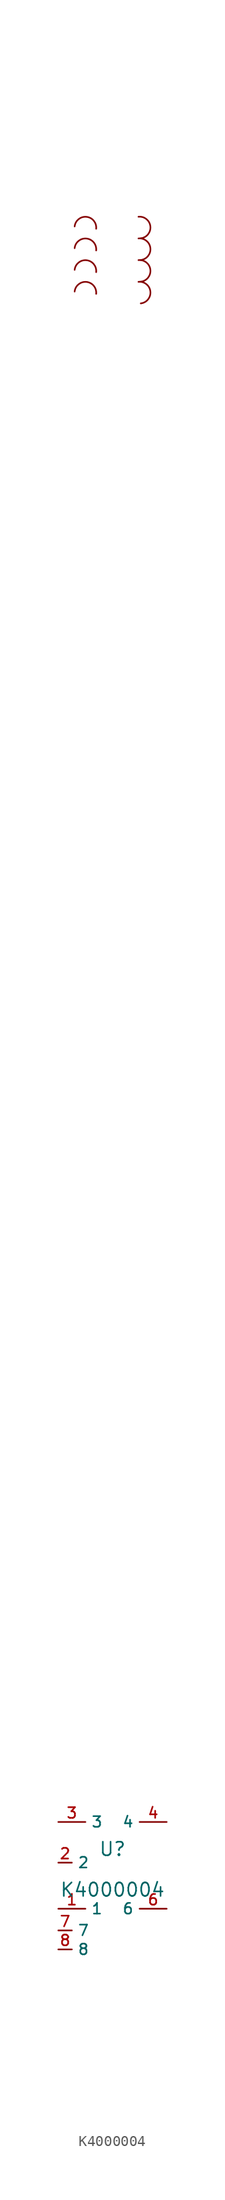
<source format=kicad_sym>
(kicad_symbol_lib
  (version 20210201)
  (generator TousstNicolas/JLC2KiCad_lib)
  (symbol "K4000004"
    (property "Reference" "U"
      (at 0 1.27 0)
      (effects (font (size 1.27 1.27))))
    (property "Value" "K4000004"
      (at 0 -2.54 0)
      (effects (font (size 1.27 1.27))))
    (symbol "K4000004_0_1"
      (arc (start -1.5306441577161607 153.04990197175965) (mid -2.43293473782519 154.16811123979463) (end -3.5511440058601536 153.2658206596856) (stroke (width 0) (type default) (color 0 0 0 0)) (fill (type none)))
      (pin unspecified line (at -5.08 3.81 0) (length 2.54) (name "3" (effects (font (size 1 1)))) (number "3" (effects (font (size 1 1)))))
      (pin unspecified line (at -5.08 -4.318 0) (length 2.54) (name "1" (effects (font (size 1 1)))) (number "1" (effects (font (size 1 1)))))
      (arc (start -1.5306949889223023 151.01721212357663) (mid -2.432985575051262 152.13542139866692) (end -3.5511948384977186 151.23313079810768) (stroke (width 0) (type default) (color 0 0 0 0)) (fill (type none)))
      (arc (start -1.5306949889223023 146.95320399556036) (mid -2.432985575051262 148.07141327065065) (end -3.5511948384977186 147.16912267009144) (stroke (width 0) (type default) (color 0 0 0 0)) (fill (type none)))
      (arc (start -1.5306441577161607 148.9858938437434) (mid -2.43293473782519 150.10410311177836) (end -3.5511440058601536 149.20181253166933) (stroke (width 0) (type default) (color 0 0 0 0)) (fill (type none)))
      (arc (start 2.648853425751124 150.12449734542255) (mid 3.5511440058601536 151.24270661345753) (end 2.43293473782519 152.14499719356655) (stroke (width 0) (type default) (color 0 0 0 0)) (fill (type none)))
      (arc (start 2.6489042626194164 152.15718718794346) (mid 3.5511948343181317 153.27539647467762) (end 2.432985535940102 154.1776870319461) (stroke (width 0) (type default) (color 0 0 0 0)) (fill (type none)))
      (arc (start 2.6489042626194164 148.09317905992722) (mid 3.5511948343181317 149.21138834666135) (end 2.432985535940102 150.11367890392984) (stroke (width 0) (type default) (color 0 0 0 0)) (fill (type none)))
      (pin unspecified line (at 5.08 3.81 180) (length 2.54) (name "4" (effects (font (size 1 1)))) (number "4" (effects (font (size 1 1)))))
      (pin unspecified line (at 5.08 -4.318 180) (length 2.54) (name "6" (effects (font (size 1 1)))) (number "6" (effects (font (size 1 1)))))
      (arc (start 2.648853425751124 146.0604892174063) (mid 3.5511440058601536 147.17869848544126) (end 2.43293473782519 148.08098906555028) (stroke (width 0) (type default) (color 0 0 0 0)) (fill (type none)))
      (pin unspecified line (at -5.08 -0.0 0) (length 1.27) (name "2" (effects (font (size 1 1)))) (number "2" (effects (font (size 1 1)))))
      (pin unspecified line (at -5.08 -6.35 0) (length 1.27) (name "7" (effects (font (size 1 1)))) (number "7" (effects (font (size 1 1)))))
      (pin unspecified line (at -5.08 -8.128 0) (length 1.27) (name "8" (effects (font (size 1 1)))) (number "8" (effects (font (size 1 1))))))))
</source>
